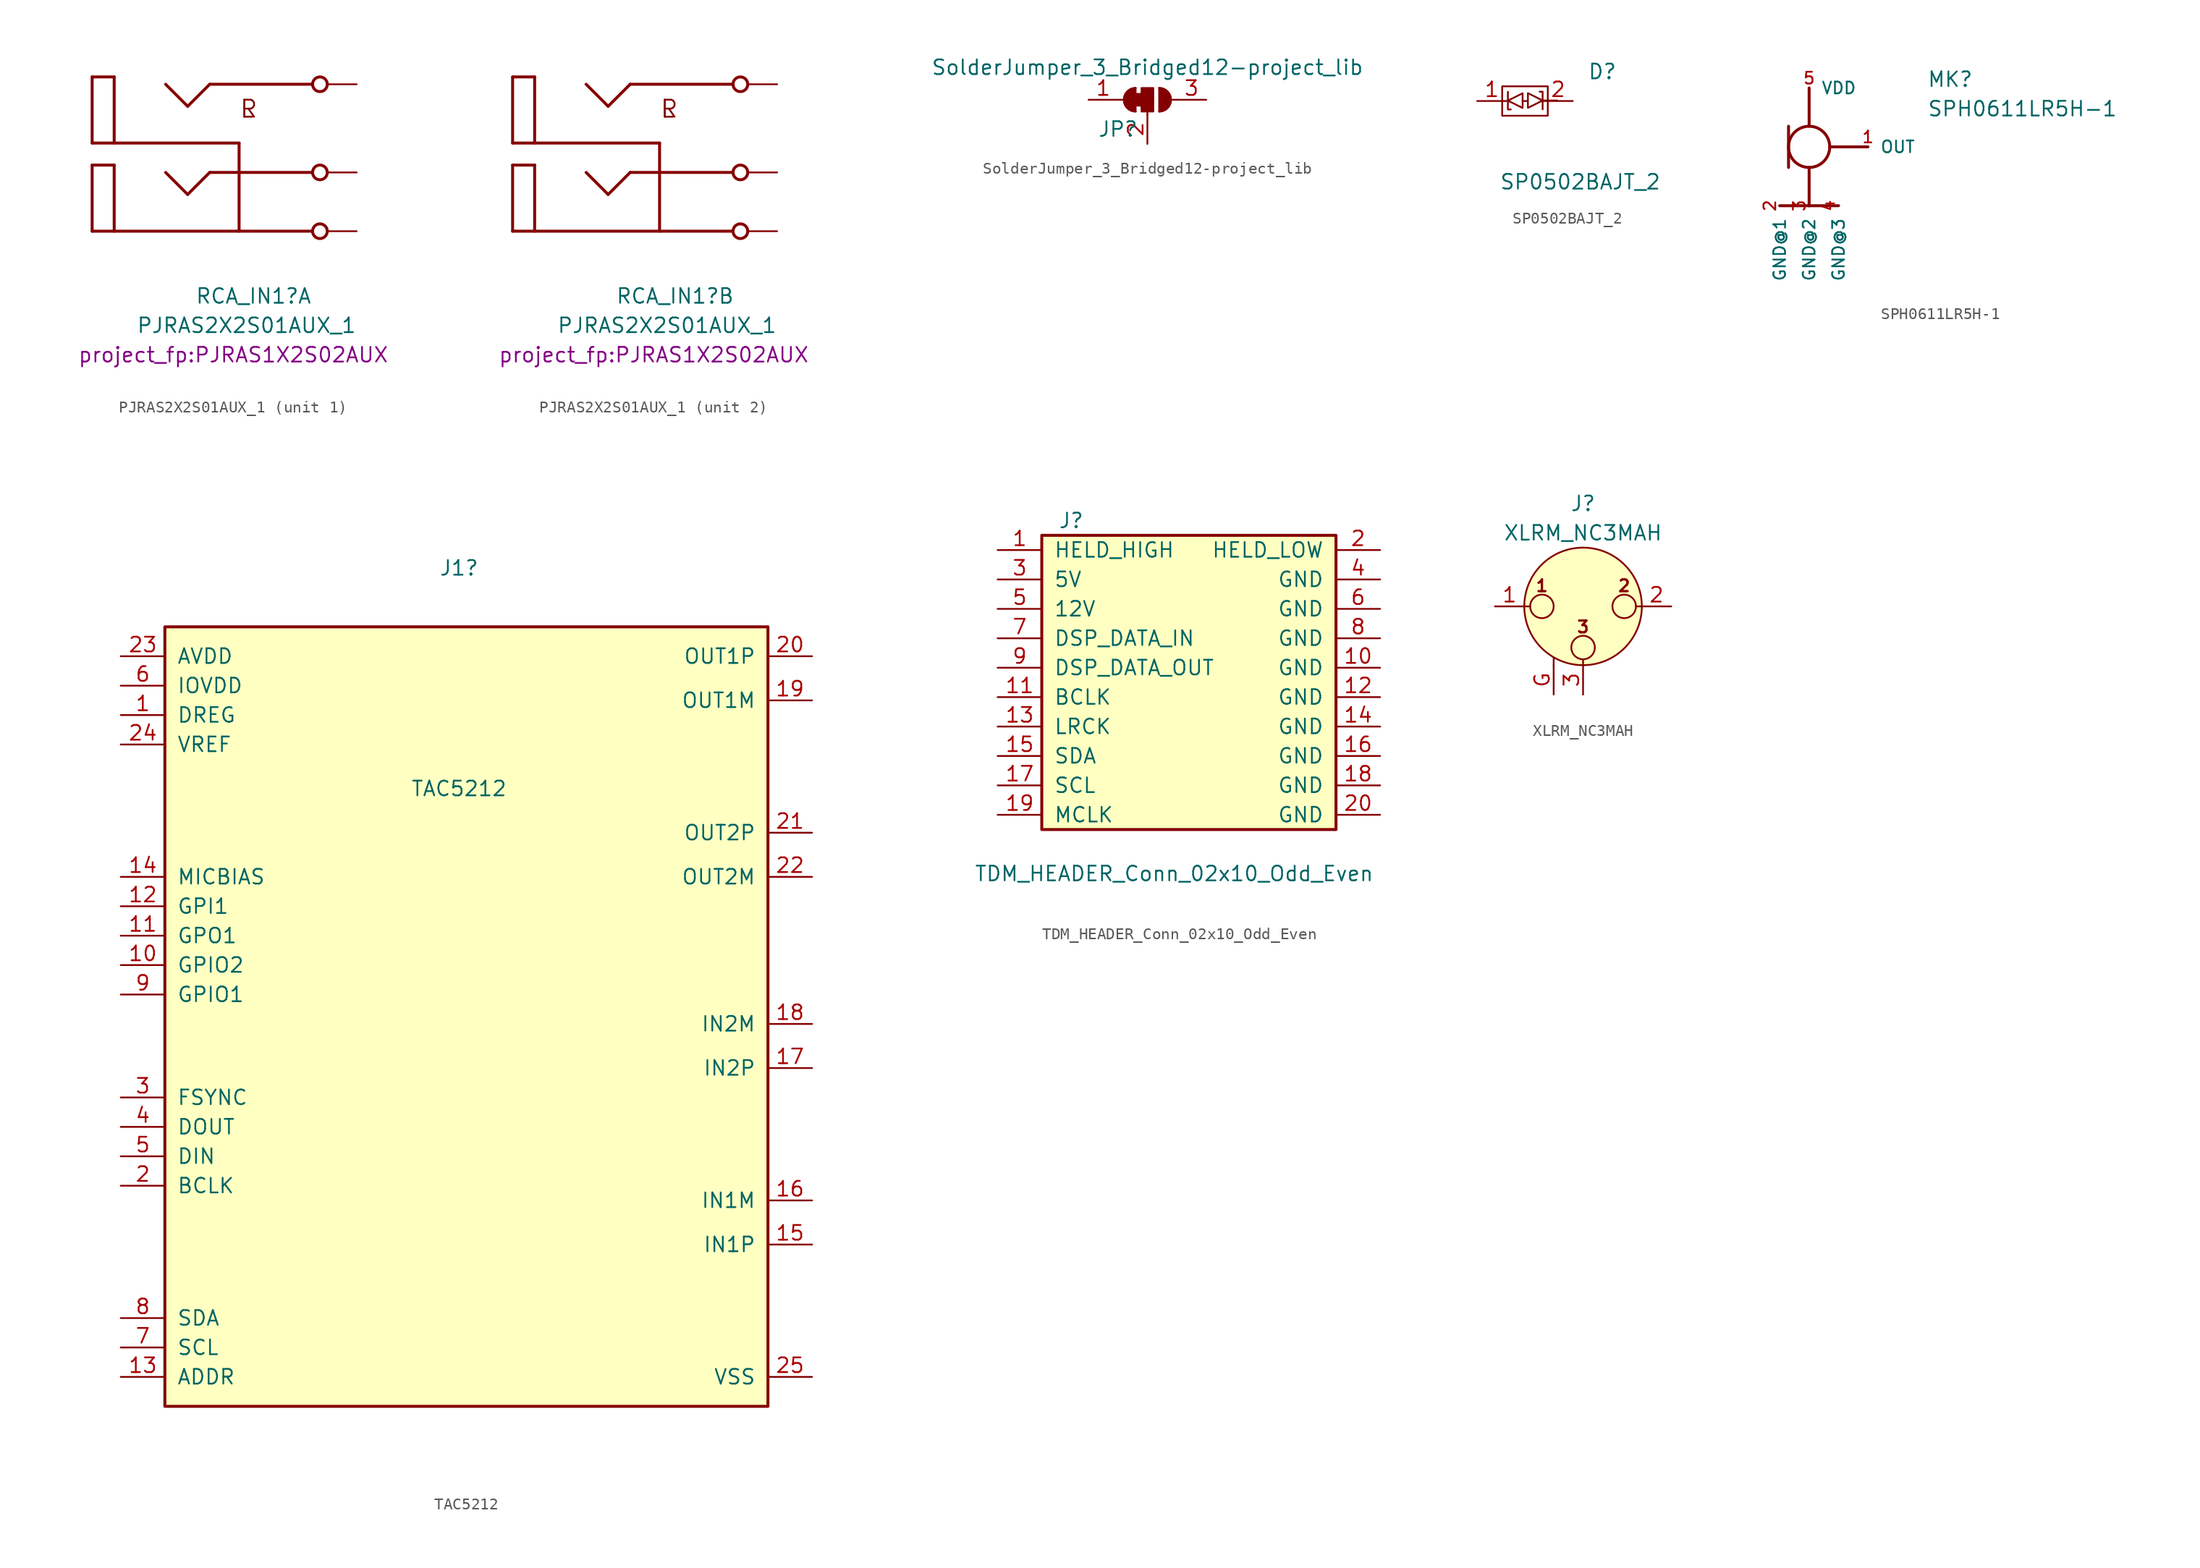
<source format=kicad_sym>
(kicad_symbol_lib
  (version 20231120)
  (generator "kicad_symbol_editor")
  (generator_version "8.0")
  (symbol "PJRAS2X2S01AUX_1"
    (pin_numbers hide)
    (pin_names
      (offset 1.016) hide)
    (property "Reference" "RCA_IN1"
      (at -1.27 -12.7 0)
      (effects (font (size 1.27 1.27)) (justify left bottom)))
    (property "Value" "PJRAS2X2S01AUX_1"
      (at -6.35 -15.24 0)
      (effects (font (size 1.27 1.27)) (justify left bottom)))
    (property "Footprint" "project_fp:PJRAS1X2S02AUX"
      (at -11.43 -17.78 0)
      (effects (font (size 1.27 1.27)) (justify left bottom)))
    (property "Label" ""
      (at 2.54 -8.89 0)
      (effects (font (size 1.27 1.27))))
    (property "ki_locked" ""
      (at 0 0 0)
      (effects (font (size 1.27 1.27))))
    (symbol "PJRAS2X2S01AUX_1_0_0"
      (text "L" (at 2.54 5.08 0) (effects (font (size 1.473 1.473)) (justify left top)))
      (text "R" (at 2.54 5.08 0) (effects (font (size 1.473 1.473)) (justify left top))))
    (symbol "PJRAS2X2S01AUX_1_1_0"
      (polyline (pts (xy -10.16 -6.35) (xy 8.89 -6.35)) (stroke (width 0.254) (type default)) (fill (type none)))
      (polyline (pts (xy -10.16 -0.635) (xy -10.16 -6.35)) (stroke (width 0.254) (type default)) (fill (type none)))
      (polyline (pts (xy -10.16 -0.635) (xy -8.255 -0.635)) (stroke (width 0.254) (type default)) (fill (type none)))
      (polyline (pts (xy -10.16 1.27) (xy 2.54 1.27)) (stroke (width 0.254) (type default)) (fill (type none)))
      (polyline (pts (xy -10.16 6.985) (xy -10.16 1.27)) (stroke (width 0.254) (type default)) (fill (type none)))
      (polyline (pts (xy -10.16 6.985) (xy -8.255 6.985)) (stroke (width 0.254) (type default)) (fill (type none)))
      (polyline (pts (xy -8.255 -0.635) (xy -8.255 -6.35)) (stroke (width 0.254) (type default)) (fill (type none)))
      (polyline (pts (xy -8.255 6.985) (xy -8.255 1.27)) (stroke (width 0.254) (type default)) (fill (type none)))
      (polyline (pts (xy -3.81 -1.27) (xy -1.905 -3.175)) (stroke (width 0.254) (type default)) (fill (type none)))
      (polyline (pts (xy -3.81 6.35) (xy -1.905 4.445)) (stroke (width 0.254) (type default)) (fill (type none)))
      (polyline (pts (xy -1.905 -3.175) (xy 0 -1.27)) (stroke (width 0.254) (type default)) (fill (type none)))
      (polyline (pts (xy -1.905 4.445) (xy 0 6.35)) (stroke (width 0.254) (type default)) (fill (type none)))
      (polyline (pts (xy 0 -1.27) (xy 8.89 -1.27)) (stroke (width 0.254) (type default)) (fill (type none)))
      (polyline (pts (xy 0 6.35) (xy 8.89 6.35)) (stroke (width 0.254) (type default)) (fill (type none)))
      (polyline (pts (xy 2.54 1.27) (xy 2.54 -6.35)) (stroke (width 0.254) (type default)) (fill (type none)))
      (circle (center 9.525 -6.35) (radius 0.635) (stroke (width 0.254) (type default)) (fill (type none)))
      (circle (center 9.525 -1.27) (radius 0.635) (stroke (width 0.254) (type default)) (fill (type none)))
      (circle (center 9.525 6.35) (radius 0.635) (stroke (width 0.254) (type default)) (fill (type none)))
      (pin passive line (at 12.7 -6.35 180) (length 2.54) (name "1S" (effects (font (size 1.016 1.016)))) (number "1S" (effects (font (size 1.016 1.016)))))
      (pin passive line (at 12.7 -1.27 180) (length 2.54) (name "1T1" (effects (font (size 1.016 1.016)))) (number "1T1" (effects (font (size 1.016 1.016)))))
      (pin passive line (at 12.7 6.35 180) (length 2.54) (name "1T2" (effects (font (size 1.016 1.016)))) (number "1T2" (effects (font (size 1.016 1.016))))))
    (symbol "PJRAS2X2S01AUX_1_2_0"
      (polyline (pts (xy -10.16 -6.35) (xy 8.89 -6.35)) (stroke (width 0.254) (type default)) (fill (type none)))
      (polyline (pts (xy -10.16 -0.635) (xy -10.16 -6.35)) (stroke (width 0.254) (type default)) (fill (type none)))
      (polyline (pts (xy -10.16 -0.635) (xy -8.255 -0.635)) (stroke (width 0.254) (type default)) (fill (type none)))
      (polyline (pts (xy -10.16 1.27) (xy 2.54 1.27)) (stroke (width 0.254) (type default)) (fill (type none)))
      (polyline (pts (xy -10.16 6.985) (xy -10.16 1.27)) (stroke (width 0.254) (type default)) (fill (type none)))
      (polyline (pts (xy -10.16 6.985) (xy -8.255 6.985)) (stroke (width 0.254) (type default)) (fill (type none)))
      (polyline (pts (xy -8.255 -0.635) (xy -8.255 -6.35)) (stroke (width 0.254) (type default)) (fill (type none)))
      (polyline (pts (xy -8.255 6.985) (xy -8.255 1.27)) (stroke (width 0.254) (type default)) (fill (type none)))
      (polyline (pts (xy -3.81 -1.27) (xy -1.905 -3.175)) (stroke (width 0.254) (type default)) (fill (type none)))
      (polyline (pts (xy -3.81 6.35) (xy -1.905 4.445)) (stroke (width 0.254) (type default)) (fill (type none)))
      (polyline (pts (xy -1.905 -3.175) (xy 0 -1.27)) (stroke (width 0.254) (type default)) (fill (type none)))
      (polyline (pts (xy -1.905 4.445) (xy 0 6.35)) (stroke (width 0.254) (type default)) (fill (type none)))
      (polyline (pts (xy 0 -1.27) (xy 8.89 -1.27)) (stroke (width 0.254) (type default)) (fill (type none)))
      (polyline (pts (xy 0 6.35) (xy 8.89 6.35)) (stroke (width 0.254) (type default)) (fill (type none)))
      (polyline (pts (xy 2.54 1.27) (xy 2.54 -6.35)) (stroke (width 0.254) (type default)) (fill (type none)))
      (circle (center 9.525 -6.35) (radius 0.635) (stroke (width 0.254) (type default)) (fill (type none)))
      (circle (center 9.525 -1.27) (radius 0.635) (stroke (width 0.254) (type default)) (fill (type none)))
      (circle (center 9.525 6.35) (radius 0.635) (stroke (width 0.254) (type default)) (fill (type none)))
      (pin passive line (at 12.7 -6.35 180) (length 2.54) (name "2S" (effects (font (size 1.016 1.016)))) (number "2S" (effects (font (size 1.016 1.016)))))
      (pin passive line (at 12.7 -1.27 180) (length 2.54) (name "2T1" (effects (font (size 1.016 1.016)))) (number "2T1" (effects (font (size 1.016 1.016)))))
      (pin passive line (at 12.7 6.35 180) (length 2.54) (name "2T2" (effects (font (size 1.016 1.016)))) (number "2T2" (effects (font (size 1.016 1.016)))))))
  (symbol "SolderJumper_3_Bridged12-project_lib"
    (pin_names
      (offset 0) hide)
    (property "Reference" "JP"
      (at -2.54 -2.54 0)
      (effects (font (size 1.27 1.27))))
    (property "Value" "SolderJumper_3_Bridged12-project_lib"
      (at 0 2.794 0)
      (effects (font (size 1.27 1.27))))
    (symbol "SolderJumper_3_Bridged12-project_lib_0_1"
      (rectangle (start -1.016 0.508) (end -0.508 -0.508) (stroke (width 0) (type default)) (fill (type outline)))
      (arc (start -1.016 1.016) (mid -2.0276 0) (end -1.016 -1.016) (stroke (width 0) (type default)) (fill (type none)))
      (arc (start -1.016 1.016) (mid -2.0276 0) (end -1.016 -1.016) (stroke (width 0) (type default)) (fill (type outline)))
      (rectangle (start -0.508 1.016) (end 0.508 -1.016) (stroke (width 0) (type default)) (fill (type outline)))
      (polyline (pts (xy -2.54 0) (xy -2.032 0)) (stroke (width 0) (type default)) (fill (type none)))
      (polyline (pts (xy -1.016 1.016) (xy -1.016 -1.016)) (stroke (width 0) (type default)) (fill (type none)))
      (polyline (pts (xy 0 -1.27) (xy 0 -1.016)) (stroke (width 0) (type default)) (fill (type none)))
      (polyline (pts (xy 1.016 1.016) (xy 1.016 -1.016)) (stroke (width 0) (type default)) (fill (type none)))
      (polyline (pts (xy 2.54 0) (xy 2.032 0)) (stroke (width 0) (type default)) (fill (type none)))
      (arc (start 1.016 -1.016) (mid 2.0276 0) (end 1.016 1.016) (stroke (width 0) (type default)) (fill (type none)))
      (arc (start 1.016 -1.016) (mid 2.0276 0) (end 1.016 1.016) (stroke (width 0) (type default)) (fill (type outline))))
    (symbol "SolderJumper_3_Bridged12-project_lib_1_1"
      (pin passive line (at -5.08 0 0) (length 2.54) (name "A" (effects (font (size 1.27 1.27)))) (number "1" (effects (font (size 1.27 1.27)))))
      (pin input line (at 0 -3.81 90) (length 2.54) (name "C" (effects (font (size 1.27 1.27)))) (number "2" (effects (font (size 1.27 1.27)))))
      (pin passive line (at 5.08 0 180) (length 2.54) (name "B" (effects (font (size 1.27 1.27)))) (number "3" (effects (font (size 1.27 1.27)))))))
  (symbol "SP0502BAJT_2"
    (pin_names hide)
    (property "Reference" "D"
      (at 5.715 2.54 0)
      (effects (font (size 1.27 1.27)) (justify left)))
    (property "Value" "SP0502BAJT_2"
      (at -1.905 -6.985 0)
      (effects (font (size 1.27 1.27)) (justify left)))
    (symbol "SP0502BAJT_2_0_1"
      (rectangle (start -1.651 1.27) (end 2.286 -1.27) (stroke (width 0) (type default)) (fill (type none)))
      (polyline (pts (xy 0.127 0) (xy 0.508 0)) (stroke (width 0) (type default)) (fill (type none)))
      (polyline (pts (xy 3.11 0.044) (xy 1.84 0.044)) (stroke (width 0) (type default)) (fill (type none)))
      (polyline (pts (xy -1.159 0.034) (xy 0.111 0.669) (xy 0.111 -0.601) (xy -1.159 0.034)) (stroke (width 0) (type default)) (fill (type none)))
      (polyline (pts (xy -0.905 -0.728) (xy -1.159 -0.728) (xy -1.159 0.669) (xy -1.159 0.796)) (stroke (width 0) (type default)) (fill (type none)))
      (polyline (pts (xy 1.586 0.806) (xy 1.84 0.806) (xy 1.84 -0.591) (xy 1.84 -0.718)) (stroke (width 0) (type default)) (fill (type none)))
      (polyline (pts (xy 1.84 0.044) (xy 0.57 0.679) (xy 0.57 -0.591) (xy 1.84 0.044)) (stroke (width 0) (type default)) (fill (type none))))
    (symbol "SP0502BAJT_2_1_1"
      (pin passive line (at -3.81 0 0) (length 2.54) (name "K" (effects (font (size 1.27 1.27)))) (number "1" (effects (font (size 1.27 1.27)))))
      (pin passive line (at 4.445 0 180) (length 2.54) (name "K" (effects (font (size 1.27 1.27)))) (number "2" (effects (font (size 1.27 1.27)))))))
  (symbol "SPH0611LR5H-1"
    (pin_names
      (offset 1.016))
    (property "Reference" "MK"
      (at 10.167 5.084 0)
      (effects (font (size 1.27 1.27)) (justify left bottom)))
    (property "Value" "SPH0611LR5H-1"
      (at 10.175 2.544 0)
      (effects (font (size 1.27 1.27)) (justify left bottom)))
    (symbol "SPH0611LR5H-1_0_0"
      (polyline (pts (xy -1.778 1.778) (xy -1.778 -1.778)) (stroke (width 0.254) (type default)) (fill (type none)))
      (polyline (pts (xy 0 -5.08) (xy -2.54 -5.08)) (stroke (width 0.254) (type default)) (fill (type none)))
      (polyline (pts (xy 0 -5.08) (xy 2.54 -5.08)) (stroke (width 0.254) (type default)) (fill (type none)))
      (polyline (pts (xy 0 -1.778) (xy 0 -5.08)) (stroke (width 0.254) (type default)) (fill (type none)))
      (polyline (pts (xy 0 5.08) (xy 0 1.778)) (stroke (width 0.254) (type default)) (fill (type none)))
      (polyline (pts (xy 1.778 0) (xy 5.08 0)) (stroke (width 0.254) (type default)) (fill (type none)))
      (circle (center 0 0) (radius 1.778) (stroke (width 0.254) (type default)) (fill (type none)))
      (pin output line (at 5.08 0 0) (length 0) (name "OUT" (effects (font (size 1.016 1.016)))) (number "1" (effects (font (size 1.016 1.016)))))
      (pin power_in line (at -2.54 -5.08 270) (length 0) (name "GND@1" (effects (font (size 1.016 1.016)))) (number "2" (effects (font (size 1.016 1.016)))))
      (pin power_in line (at 0 -5.08 270) (length 0) (name "GND@2" (effects (font (size 1.016 1.016)))) (number "3" (effects (font (size 1.016 1.016)))))
      (pin power_in line (at 2.54 -5.08 270) (length 0) (name "GND@3" (effects (font (size 1.016 1.016)))) (number "4" (effects (font (size 1.016 1.016)))))
      (pin power_in line (at 0 5.08 0) (length 0) (name "VDD" (effects (font (size 1.016 1.016)))) (number "5" (effects (font (size 1.016 1.016)))))))
  (symbol "TAC5212"
    (pin_names
      (offset 1.016))
    (property "Reference" "J1"
      (at 1.27 21.59 0)
      (effects (font (size 1.27 1.27))))
    (property "Value" "TAC5212"
      (at 1.27 2.54 0)
      (effects (font (size 1.27 1.27))))
    (symbol "TAC5212_1_1"
      (rectangle (start -24.13 16.51) (end 27.94 -50.8) (stroke (width 0.254) (type default)) (fill (type background)))
      (pin passive line (at -27.94 8.89 0) (length 3.81) (name "DREG" (effects (font (size 1.27 1.27)))) (number "1" (effects (font (size 1.27 1.27)))))
      (pin passive line (at -27.94 -12.7 0) (length 3.81) (name "GPIO2" (effects (font (size 1.27 1.27)))) (number "10" (effects (font (size 1.27 1.27)))))
      (pin passive line (at -27.94 -10.16 0) (length 3.81) (name "GPO1" (effects (font (size 1.27 1.27)))) (number "11" (effects (font (size 1.27 1.27)))))
      (pin passive line (at -27.94 -7.62 0) (length 3.81) (name "GPI1" (effects (font (size 1.27 1.27)))) (number "12" (effects (font (size 1.27 1.27)))))
      (pin passive line (at -27.94 -48.26 0) (length 3.81) (name "ADDR" (effects (font (size 1.27 1.27)))) (number "13" (effects (font (size 1.27 1.27)))))
      (pin passive line (at -27.94 -5.08 0) (length 3.81) (name "MICBIAS" (effects (font (size 1.27 1.27)))) (number "14" (effects (font (size 1.27 1.27)))))
      (pin passive line (at 31.75 -36.83 180) (length 3.81) (name "IN1P" (effects (font (size 1.27 1.27)))) (number "15" (effects (font (size 1.27 1.27)))))
      (pin passive line (at 31.75 -33.02 180) (length 3.81) (name "IN1M" (effects (font (size 1.27 1.27)))) (number "16" (effects (font (size 1.27 1.27)))))
      (pin passive line (at 31.75 -21.59 180) (length 3.81) (name "IN2P" (effects (font (size 1.27 1.27)))) (number "17" (effects (font (size 1.27 1.27)))))
      (pin passive line (at 31.75 -17.78 180) (length 3.81) (name "IN2M" (effects (font (size 1.27 1.27)))) (number "18" (effects (font (size 1.27 1.27)))))
      (pin passive line (at 31.75 10.16 180) (length 3.81) (name "OUT1M" (effects (font (size 1.27 1.27)))) (number "19" (effects (font (size 1.27 1.27)))))
      (pin passive line (at -27.94 -31.75 0) (length 3.81) (name "BCLK" (effects (font (size 1.27 1.27)))) (number "2" (effects (font (size 1.27 1.27)))))
      (pin passive line (at 31.75 13.97 180) (length 3.81) (name "OUT1P" (effects (font (size 1.27 1.27)))) (number "20" (effects (font (size 1.27 1.27)))))
      (pin passive line (at 31.75 -1.27 180) (length 3.81) (name "OUT2P" (effects (font (size 1.27 1.27)))) (number "21" (effects (font (size 1.27 1.27)))))
      (pin passive line (at 31.75 -5.08 180) (length 3.81) (name "OUT2M" (effects (font (size 1.27 1.27)))) (number "22" (effects (font (size 1.27 1.27)))))
      (pin passive line (at -27.94 13.97 0) (length 3.81) (name "AVDD" (effects (font (size 1.27 1.27)))) (number "23" (effects (font (size 1.27 1.27)))))
      (pin passive line (at -27.94 6.35 0) (length 3.81) (name "VREF" (effects (font (size 1.27 1.27)))) (number "24" (effects (font (size 1.27 1.27)))))
      (pin passive line (at 31.75 -48.26 180) (length 3.81) (name "VSS" (effects (font (size 1.27 1.27)))) (number "25" (effects (font (size 1.27 1.27)))))
      (pin passive line (at -27.94 -24.13 0) (length 3.81) (name "FSYNC" (effects (font (size 1.27 1.27)))) (number "3" (effects (font (size 1.27 1.27)))))
      (pin passive line (at -27.94 -26.67 0) (length 3.81) (name "DOUT" (effects (font (size 1.27 1.27)))) (number "4" (effects (font (size 1.27 1.27)))))
      (pin passive line (at -27.94 -29.21 0) (length 3.81) (name "DIN" (effects (font (size 1.27 1.27)))) (number "5" (effects (font (size 1.27 1.27)))))
      (pin passive line (at -27.94 11.43 0) (length 3.81) (name "IOVDD" (effects (font (size 1.27 1.27)))) (number "6" (effects (font (size 1.27 1.27)))))
      (pin passive line (at -27.94 -45.72 0) (length 3.81) (name "SCL" (effects (font (size 1.27 1.27)))) (number "7" (effects (font (size 1.27 1.27)))))
      (pin passive line (at -27.94 -43.18 0) (length 3.81) (name "SDA" (effects (font (size 1.27 1.27)))) (number "8" (effects (font (size 1.27 1.27)))))
      (pin passive line (at -27.94 -15.24 0) (length 3.81) (name "GPIO1" (effects (font (size 1.27 1.27)))) (number "9" (effects (font (size 1.27 1.27)))))))
  (symbol "TDM_HEADER_Conn_02x10_Odd_Even"
    (pin_names
      (offset 1.016))
    (property "Reference" "J"
      (at 1.27 12.7 0)
      (effects (font (size 1.27 1.27))))
    (property "Value" "TDM_HEADER_Conn_02x10_Odd_Even"
      (at 10.16 -17.78 0)
      (effects (font (size 1.27 1.27))))
    (symbol "TDM_HEADER_Conn_02x10_Odd_Even_1_1"
      (rectangle (start -1.27 11.43) (end 24.13 -13.97) (stroke (width 0.254) (type default)) (fill (type background)))
      (pin passive line (at -5.08 10.16 0) (length 3.81) (name "HELD_HIGH" (effects (font (size 1.27 1.27)))) (number "1" (effects (font (size 1.27 1.27)))))
      (pin passive line (at 27.94 0 180) (length 3.81) (name "GND" (effects (font (size 1.27 1.27)))) (number "10" (effects (font (size 1.27 1.27)))))
      (pin passive line (at -5.08 -2.54 0) (length 3.81) (name "BCLK" (effects (font (size 1.27 1.27)))) (number "11" (effects (font (size 1.27 1.27)))))
      (pin passive line (at 27.94 -2.54 180) (length 3.81) (name "GND" (effects (font (size 1.27 1.27)))) (number "12" (effects (font (size 1.27 1.27)))))
      (pin passive line (at -5.08 -5.08 0) (length 3.81) (name "LRCK" (effects (font (size 1.27 1.27)))) (number "13" (effects (font (size 1.27 1.27)))))
      (pin passive line (at 27.94 -5.08 180) (length 3.81) (name "GND" (effects (font (size 1.27 1.27)))) (number "14" (effects (font (size 1.27 1.27)))))
      (pin passive line (at -5.08 -7.62 0) (length 3.81) (name "SDA" (effects (font (size 1.27 1.27)))) (number "15" (effects (font (size 1.27 1.27)))))
      (pin passive line (at 27.94 -7.62 180) (length 3.81) (name "GND" (effects (font (size 1.27 1.27)))) (number "16" (effects (font (size 1.27 1.27)))))
      (pin passive line (at -5.08 -10.16 0) (length 3.81) (name "SCL" (effects (font (size 1.27 1.27)))) (number "17" (effects (font (size 1.27 1.27)))))
      (pin passive line (at 27.94 -10.16 180) (length 3.81) (name "GND" (effects (font (size 1.27 1.27)))) (number "18" (effects (font (size 1.27 1.27)))))
      (pin passive line (at -5.08 -12.7 0) (length 3.81) (name "MCLK" (effects (font (size 1.27 1.27)))) (number "19" (effects (font (size 1.27 1.27)))))
      (pin passive line (at 27.94 10.16 180) (length 3.81) (name "HELD_LOW" (effects (font (size 1.27 1.27)))) (number "2" (effects (font (size 1.27 1.27)))))
      (pin passive line (at 27.94 -12.7 180) (length 3.81) (name "GND" (effects (font (size 1.27 1.27)))) (number "20" (effects (font (size 1.27 1.27)))))
      (pin passive line (at -5.08 7.62 0) (length 3.81) (name "5V" (effects (font (size 1.27 1.27)))) (number "3" (effects (font (size 1.27 1.27)))))
      (pin passive line (at 27.94 7.62 180) (length 3.81) (name "GND" (effects (font (size 1.27 1.27)))) (number "4" (effects (font (size 1.27 1.27)))))
      (pin passive line (at -5.08 5.08 0) (length 3.81) (name "12V" (effects (font (size 1.27 1.27)))) (number "5" (effects (font (size 1.27 1.27)))))
      (pin passive line (at 27.94 5.08 180) (length 3.81) (name "GND" (effects (font (size 1.27 1.27)))) (number "6" (effects (font (size 1.27 1.27)))))
      (pin passive line (at -5.08 2.54 0) (length 3.81) (name "DSP_DATA_IN" (effects (font (size 1.27 1.27)))) (number "7" (effects (font (size 1.27 1.27)))))
      (pin passive line (at 27.94 2.54 180) (length 3.81) (name "GND" (effects (font (size 1.27 1.27)))) (number "8" (effects (font (size 1.27 1.27)))))
      (pin passive line (at -5.08 0 0) (length 3.81) (name "DSP_DATA_OUT" (effects (font (size 1.27 1.27)))) (number "9" (effects (font (size 1.27 1.27)))))))
  (symbol "XLRM_NC3MAH"
    (pin_names hide)
    (property "Reference" "J"
      (at 0 8.89 0)
      (effects (font (size 1.27 1.27))))
    (property "Value" "XLRM_NC3MAH"
      (at 0 6.35 0)
      (effects (font (size 1.27 1.27))))
    (symbol "XLRM_NC3MAH_0_1"
      (circle (center -3.556 0) (radius 1.016) (stroke (width 0) (type default)) (fill (type none)))
      (circle (center 0 -3.556) (radius 1.016) (stroke (width 0) (type default)) (fill (type none)))
      (polyline (pts (xy -5.08 0) (xy -4.572 0)) (stroke (width 0) (type default)) (fill (type none)))
      (polyline (pts (xy -2.54 -5.08) (xy -2.54 -4.445)) (stroke (width 0) (type default)) (fill (type none)))
      (polyline (pts (xy 0 -5.08) (xy 0 -4.572)) (stroke (width 0) (type default)) (fill (type none)))
      (polyline (pts (xy 5.08 0) (xy 4.572 0)) (stroke (width 0) (type default)) (fill (type none)))
      (circle (center 0 0) (radius 5.08) (stroke (width 0) (type default)) (fill (type background)))
      (circle (center 3.556 0) (radius 1.016) (stroke (width 0) (type default)) (fill (type none)))
      (text "1" (at -3.556 1.778 0) (effects (font (size 1.016 1.016) (bold yes))))
      (text "2" (at 3.556 1.778 0) (effects (font (size 1.016 1.016) (bold yes))))
      (text "3" (at 0 -1.778 0) (effects (font (size 1.016 1.016) (bold yes))))
      (pin passive line (at -7.62 0 0) (length 2.54) (name "~" (effects (font (size 1.27 1.27)))) (number "1" (effects (font (size 1.27 1.27)))))
      (pin passive line (at 7.62 0 180) (length 2.54) (name "~" (effects (font (size 1.27 1.27)))) (number "2" (effects (font (size 1.27 1.27)))))
      (pin passive line (at 0 -7.62 90) (length 2.54) (name "~" (effects (font (size 1.27 1.27)))) (number "3" (effects (font (size 1.27 1.27))))))
    (symbol "XLRM_NC3MAH_1_1"
      (pin passive line (at -2.54 -7.62 90) (length 2.54) (name "~" (effects (font (size 1.27 1.27)))) (number "G" (effects (font (size 1.27 1.27))))))))
</source>
